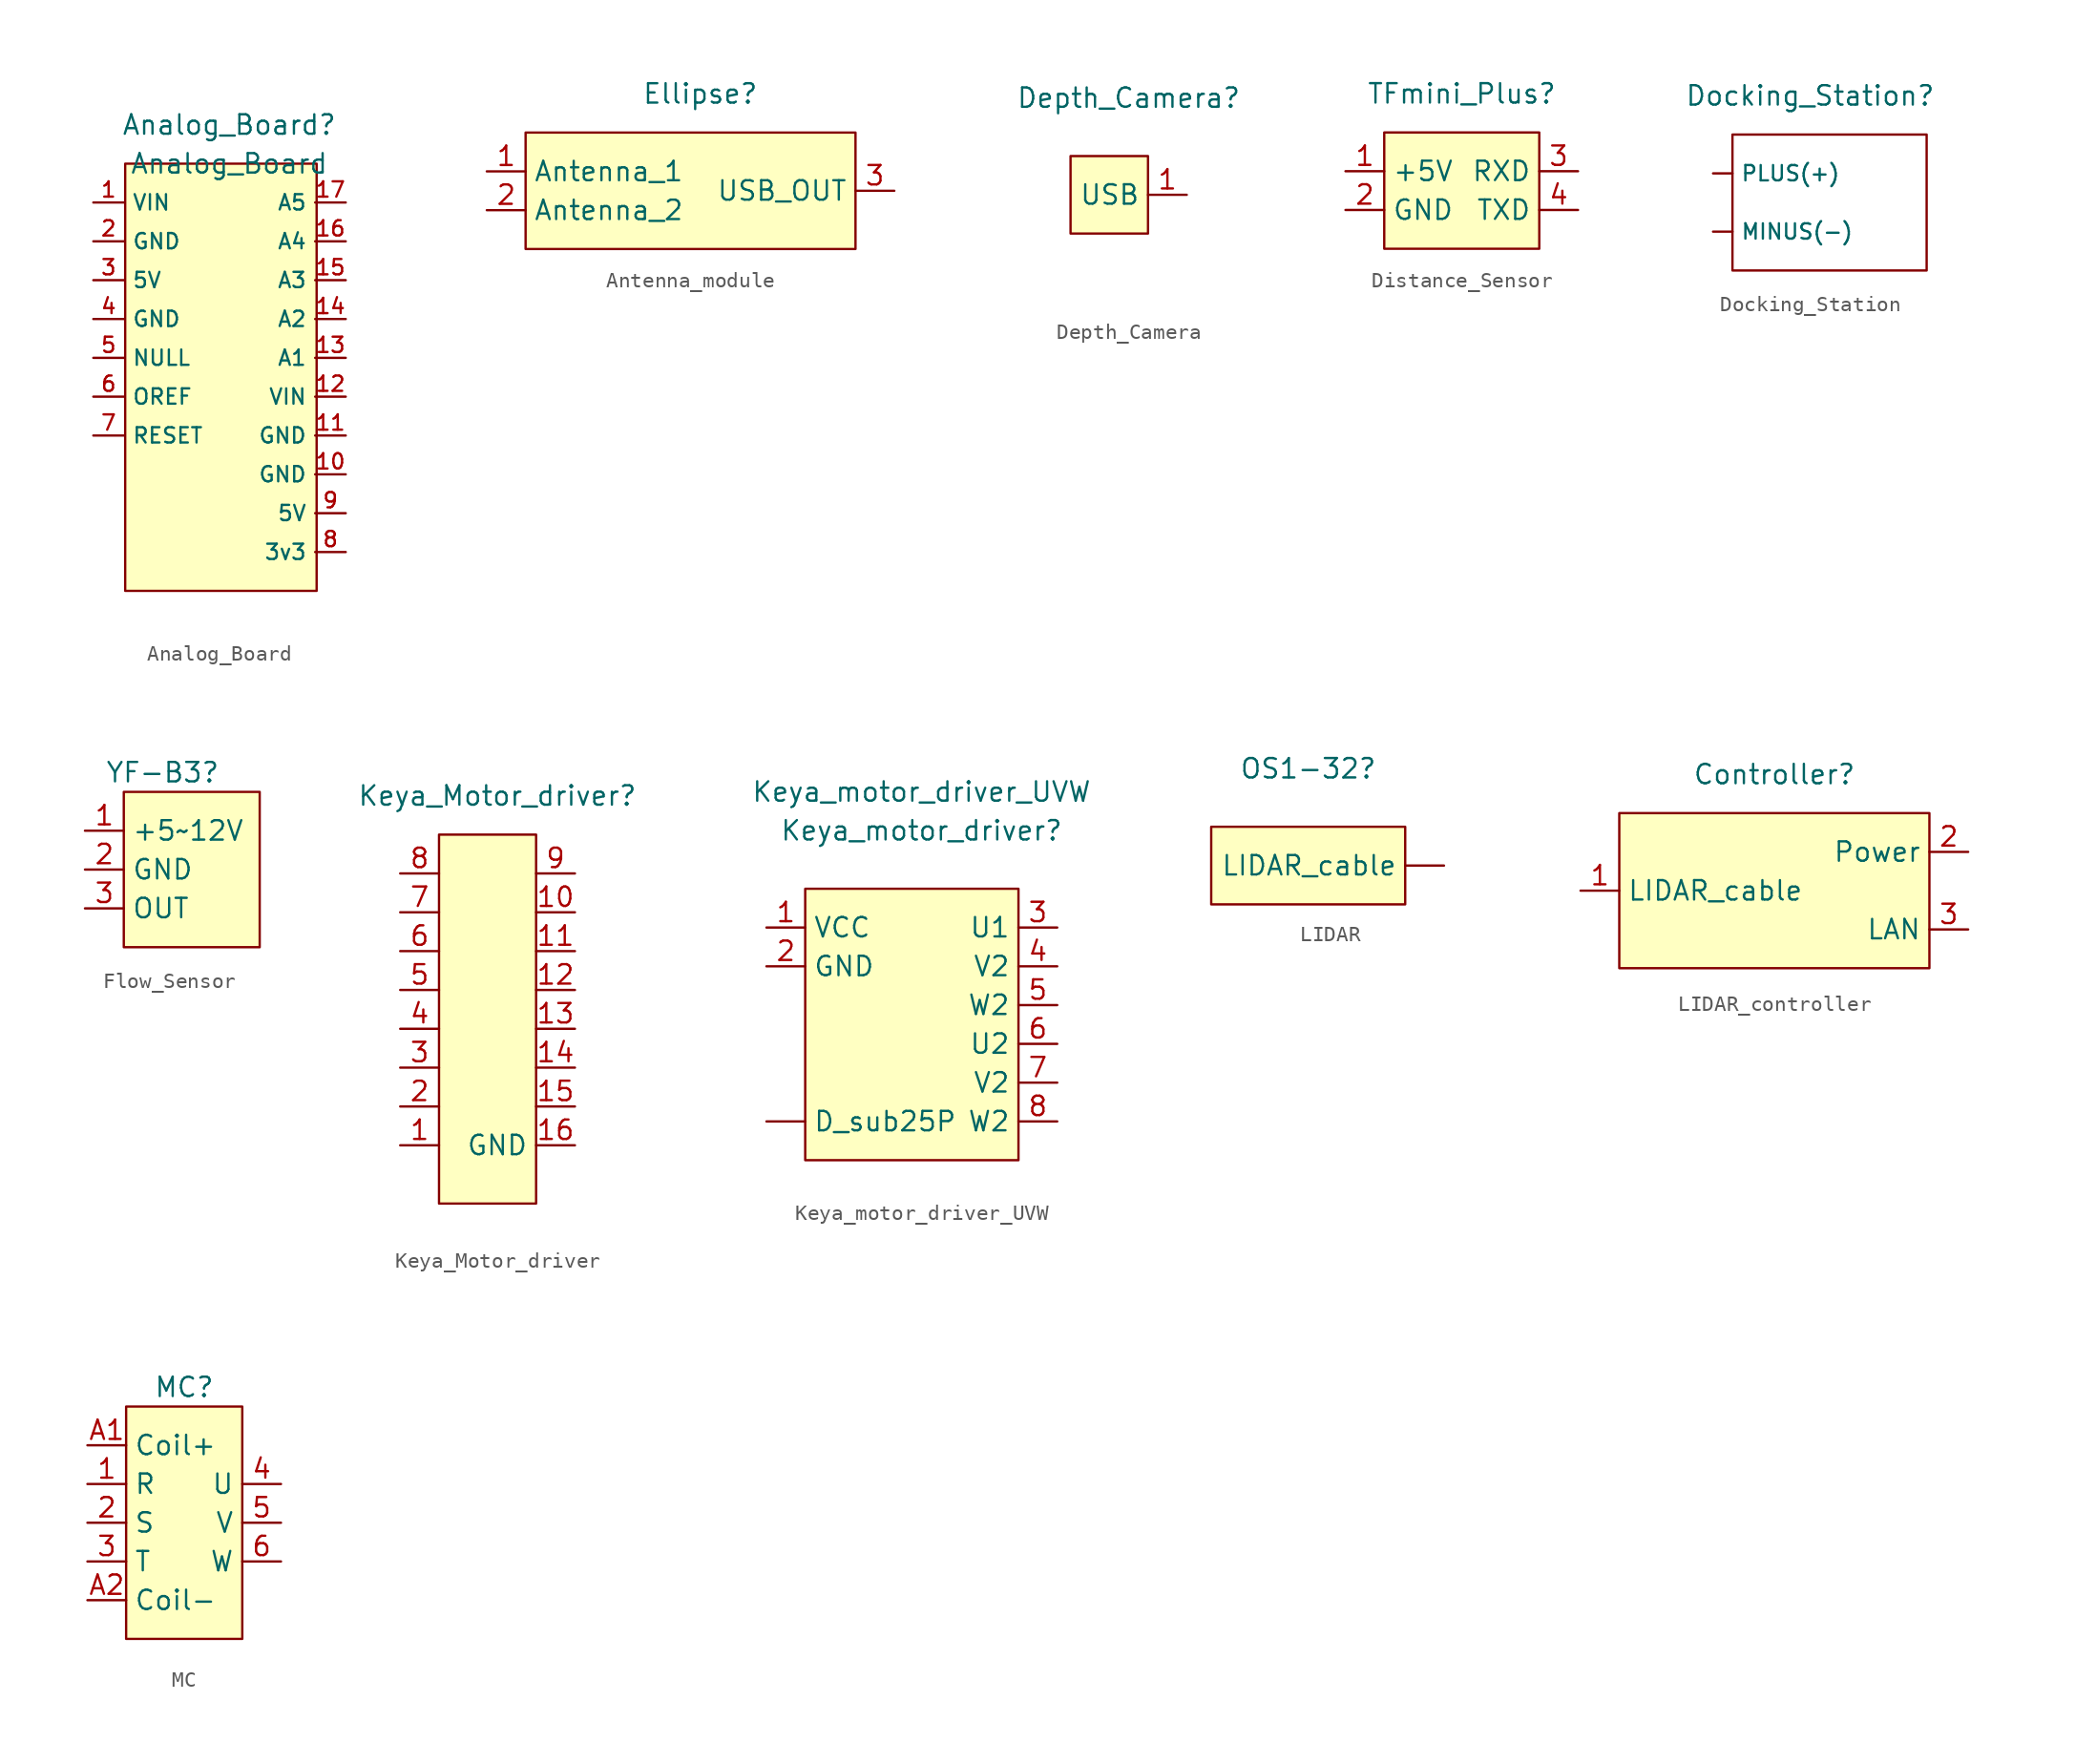
<source format=kicad_sym>
(kicad_symbol_lib
  (version 20220914)
  (generator kicad_symbol_editor)
  (symbol "Analog_Board"
    (property "Reference" "Analog_Board"
      (at 0 2.54 0)
      (effects (font (size 1.27 1.27))))
    (property "Value" "Analog_Board"
      (at 0 0 0)
      (effects (font (size 1.27 1.27))))
    (symbol "Analog_Board_1_1"
      (rectangle (start -6.805 0) (end 5.717 -27.94) (stroke (width 0) (type default)) (fill (type background)))
      (pin output line (at -8.89 -2.54 0) (length 2) (name "VIN" (effects (font (size 1 1)))) (number "1" (effects (font (size 1 1)))))
      (pin output line (at 7.62 -20.32 180) (length 2) (name "GND" (effects (font (size 1 1)))) (number "10" (effects (font (size 1 1)))))
      (pin output line (at 7.62 -17.78 180) (length 2) (name "GND" (effects (font (size 1 1)))) (number "11" (effects (font (size 1 1)))))
      (pin output line (at 7.62 -15.24 180) (length 2) (name "VIN" (effects (font (size 1 1)))) (number "12" (effects (font (size 1 1)))))
      (pin output line (at 7.62 -12.7 180) (length 2) (name "A1" (effects (font (size 1 1)))) (number "13" (effects (font (size 1 1)))))
      (pin output line (at 7.62 -10.16 180) (length 2) (name "A2" (effects (font (size 1 1)))) (number "14" (effects (font (size 1 1)))))
      (pin output line (at 7.62 -7.62 180) (length 2) (name "A3" (effects (font (size 1 1)))) (number "15" (effects (font (size 1 1)))))
      (pin output line (at 7.62 -5.08 180) (length 2) (name "A4" (effects (font (size 1 1)))) (number "16" (effects (font (size 1 1)))))
      (pin output line (at 7.62 -2.54 180) (length 2) (name "A5" (effects (font (size 1 1)))) (number "17" (effects (font (size 1 1)))))
      (pin output line (at -8.89 -5.08 0) (length 2) (name "GND" (effects (font (size 1 1)))) (number "2" (effects (font (size 1 1)))))
      (pin output line (at -8.89 -7.62 0) (length 2) (name "5V" (effects (font (size 1 1)))) (number "3" (effects (font (size 1 1)))))
      (pin output line (at -8.89 -10.16 0) (length 2) (name "GND" (effects (font (size 1 1)))) (number "4" (effects (font (size 1 1)))))
      (pin output line (at -8.89 -12.7 0) (length 2) (name "NULL" (effects (font (size 1 1)))) (number "5" (effects (font (size 1 1)))))
      (pin output line (at -8.89 -15.24 0) (length 2) (name "OREF" (effects (font (size 1 1)))) (number "6" (effects (font (size 1 1)))))
      (pin output line (at -8.89 -17.78 0) (length 2) (name "RESET" (effects (font (size 1 1)))) (number "7" (effects (font (size 1 1)))))
      (pin output line (at 7.62 -25.4 180) (length 2) (name "3v3" (effects (font (size 1 1)))) (number "8" (effects (font (size 1 1)))))
      (pin output line (at 7.62 -22.86 180) (length 2) (name "5V" (effects (font (size 1 1)))) (number "9" (effects (font (size 1 1)))))))
  (symbol "Antenna_module"
    (property "Reference" "Ellipse"
      (at 6.35 5.08 0)
      (effects (font (size 1.27 1.27))))
    (property "Value" ""
      (at 0 0 0)
      (effects (font (size 1.27 1.27))))
    (symbol "Antenna_module_1_1"
      (rectangle (start -5.08 2.54) (end 16.51 -5.08) (stroke (width 0) (type default)) (fill (type background)))
      (pin passive line (at -7.62 0 0) (length 2.54) (name "Antenna_1" (effects (font (size 1.27 1.27)))) (number "1" (effects (font (size 1.27 1.27)))))
      (pin passive line (at -7.62 -2.54 0) (length 2.54) (name "Antenna_2" (effects (font (size 1.27 1.27)))) (number "2" (effects (font (size 1.27 1.27)))))
      (pin passive line (at 19.05 -1.27 180) (length 2.54) (name "USB_OUT" (effects (font (size 1.27 1.27)))) (number "3" (effects (font (size 1.27 1.27)))))))
  (symbol "Depth_Camera"
    (property "Reference" "Depth_Camera"
      (at 0 12.7 0)
      (effects (font (size 1.27 1.27))))
    (property "Value" ""
      (at 0 0 0)
      (effects (font (size 1.27 1.27))))
    (symbol "Depth_Camera_1_1"
      (rectangle (start -3.81 8.89) (end 1.27 3.81) (stroke (width 0) (type default)) (fill (type background)))
      (pin passive line (at 3.81 6.35 180) (length 2.54) (name "USB" (effects (font (size 1.27 1.27)))) (number "1" (effects (font (size 1.27 1.27)))))))
  (symbol "Distance_Sensor"
    (property "Reference" "TFmini_Plus"
      (at 0 0 0)
      (effects (font (size 1.27 1.27))))
    (property "Value" ""
      (at 0 0 0)
      (effects (font (size 1.27 1.27))))
    (symbol "Distance_Sensor_1_1"
      (rectangle (start -5.08 -2.54) (end 5.08 -10.16) (stroke (width 0) (type default)) (fill (type background)))
      (pin input line (at -7.62 -5.08 0) (length 2.54) (name "+5V" (effects (font (size 1.27 1.27)))) (number "1" (effects (font (size 1.27 1.27)))))
      (pin input line (at -7.62 -7.62 0) (length 2.54) (name "GND" (effects (font (size 1.27 1.27)))) (number "2" (effects (font (size 1.27 1.27)))))
      (pin output line (at 7.62 -5.08 180) (length 2.54) (name "RXD" (effects (font (size 1.27 1.27)))) (number "3" (effects (font (size 1.27 1.27)))))
      (pin output line (at 7.62 -7.62 180) (length 2.54) (name "TXD" (effects (font (size 1.27 1.27)))) (number "4" (effects (font (size 1.27 1.27)))))))
  (symbol "Docking_Station"
    (property "Reference" "Docking_Station"
      (at 0 0 0)
      (effects (font (size 1.27 1.27))))
    (property "Value" ""
      (at 0 0 0)
      (effects (font (size 1.27 1.27))))
    (symbol "Docking_Station_0_1"
      (rectangle (start -5.08 -2.54) (end 7.62 -11.43) (stroke (width 0) (type default)) (fill (type none))))
    (symbol "Docking_Station_1_1"
      (pin input line (at -6.35 -8.89 0) (length 1.27) (name "MINUS(-)" (effects (font (size 1 1)))) (number "" (effects (font (size 1.27 1.27)))))
      (pin input line (at -6.35 -5.08 0) (length 1.27) (name "PLUS(+)" (effects (font (size 1 1)))) (number "" (effects (font (size 1.27 1.27)))))))
  (symbol "Flow_Sensor"
    (property "Reference" "YF-B3"
      (at 0 6.35 0)
      (effects (font (size 1.27 1.27))))
    (property "Value" ""
      (at 2.54 2.54 90)
      (effects (font (size 1.27 1.27))))
    (symbol "Flow_Sensor_1_1"
      (rectangle (start -2.54 5.08) (end 6.35 -5.08) (stroke (width 0) (type default)) (fill (type background)))
      (pin output line (at -5.08 2.54 0) (length 2.54) (name "+5~12V" (effects (font (size 1.27 1.27)))) (number "1" (effects (font (size 1.27 1.27)))))
      (pin output line (at -5.08 0 0) (length 2.54) (name "GND" (effects (font (size 1.27 1.27)))) (number "2" (effects (font (size 1.27 1.27)))))
      (pin output line (at -5.08 -2.54 0) (length 2.54) (name "OUT" (effects (font (size 1.27 1.27)))) (number "3" (effects (font (size 1.27 1.27)))))))
  (symbol "Keya_Motor_driver"
    (property "Reference" "Keya_Motor_driver"
      (at 0 0 0)
      (effects (font (size 1.27 1.27))))
    (property "Value" ""
      (at -6.35 -22.86 0)
      (effects (font (size 1.27 1.27))))
    (symbol "Keya_Motor_driver_0_0"
      (pin output line (at -6.35 -22.86 0) (length 2.54) (name "" (effects (font (size 1.27 1.27)))) (number "1" (effects (font (size 1.27 1.27)))))
      (pin output line (at 5.08 -7.62 180) (length 2.54) (name "" (effects (font (size 1.27 1.27)))) (number "10" (effects (font (size 1.27 1.27)))))
      (pin output line (at 5.08 -10.16 180) (length 2.54) (name "" (effects (font (size 1.27 1.27)))) (number "11" (effects (font (size 1.27 1.27)))))
      (pin output line (at 5.08 -12.7 180) (length 2.54) (name "" (effects (font (size 1.27 1.27)))) (number "12" (effects (font (size 1.27 1.27)))))
      (pin output line (at 5.08 -15.24 180) (length 2.54) (name "" (effects (font (size 1.27 1.27)))) (number "13" (effects (font (size 1.27 1.27)))))
      (pin output line (at 5.08 -17.78 180) (length 2.54) (name "" (effects (font (size 1.27 1.27)))) (number "14" (effects (font (size 1.27 1.27)))))
      (pin output line (at 5.08 -20.32 180) (length 2.54) (name "" (effects (font (size 1.27 1.27)))) (number "15" (effects (font (size 1.27 1.27)))))
      (pin output line (at -6.35 -20.32 0) (length 2.54) (name "" (effects (font (size 1.27 1.27)))) (number "2" (effects (font (size 1.27 1.27)))))
      (pin output line (at -6.35 -17.78 0) (length 2.54) (name "" (effects (font (size 1.27 1.27)))) (number "3" (effects (font (size 1.27 1.27)))))
      (pin output line (at -6.35 -15.24 0) (length 2.54) (name "" (effects (font (size 1.27 1.27)))) (number "4" (effects (font (size 1.27 1.27)))))
      (pin output line (at -6.35 -12.7 0) (length 2.54) (name "" (effects (font (size 1.27 1.27)))) (number "5" (effects (font (size 1.27 1.27)))))
      (pin output line (at -6.35 -10.16 0) (length 2.54) (name "" (effects (font (size 1.27 1.27)))) (number "6" (effects (font (size 1.27 1.27)))))
      (pin output line (at -6.35 -7.62 0) (length 2.54) (name "" (effects (font (size 1.27 1.27)))) (number "7" (effects (font (size 1.27 1.27)))))
      (pin output line (at -6.35 -5.08 0) (length 2.54) (name "" (effects (font (size 1.27 1.27)))) (number "8" (effects (font (size 1.27 1.27)))))
      (pin output line (at 5.08 -5.08 180) (length 2.54) (name "" (effects (font (size 1.27 1.27)))) (number "9" (effects (font (size 1.27 1.27))))))
    (symbol "Keya_Motor_driver_1_0"
      (pin output line (at 5.08 -22.86 180) (length 2.54) (name "GND" (effects (font (size 1.27 1.27)))) (number "16" (effects (font (size 1.27 1.27))))))
    (symbol "Keya_Motor_driver_1_1"
      (rectangle (start -3.81 -2.54) (end 2.54 -26.67) (stroke (width 0) (type default)) (fill (type background)))))
  (symbol "Keya_motor_driver_UVW"
    (property "Reference" "Keya_motor_driver"
      (at 0 15.24 0)
      (effects (font (size 1.27 1.27))))
    (property "Value" "Keya_motor_driver_UVW"
      (at 0 17.78 0)
      (effects (font (size 1.27 1.27))))
    (symbol "Keya_motor_driver_UVW_1_1"
      (rectangle (start -7.62 11.43) (end 6.35 -6.35) (stroke (width 0) (type default)) (fill (type background)))
      (pin passive line (at -10.16 -3.81 0) (length 2.54) (name "D_sub25P" (effects (font (size 1.27 1.27)))) (number "" (effects (font (size 1.27 1.27)))))
      (pin passive line (at -10.16 8.89 0) (length 2.54) (name "VCC" (effects (font (size 1.27 1.27)))) (number "1" (effects (font (size 1.27 1.27)))))
      (pin passive line (at -10.16 6.35 0) (length 2.54) (name "GND" (effects (font (size 1.27 1.27)))) (number "2" (effects (font (size 1.27 1.27)))))
      (pin passive line (at 8.89 8.89 180) (length 2.54) (name "U1" (effects (font (size 1.27 1.27)))) (number "3" (effects (font (size 1.27 1.27)))))
      (pin passive line (at 8.89 6.35 180) (length 2.54) (name "V2" (effects (font (size 1.27 1.27)))) (number "4" (effects (font (size 1.27 1.27)))))
      (pin passive line (at 8.89 3.81 180) (length 2.54) (name "W2" (effects (font (size 1.27 1.27)))) (number "5" (effects (font (size 1.27 1.27)))))
      (pin passive line (at 8.89 1.27 180) (length 2.54) (name "U2" (effects (font (size 1.27 1.27)))) (number "6" (effects (font (size 1.27 1.27)))))
      (pin passive line (at 8.89 -1.27 180) (length 2.54) (name "V2" (effects (font (size 1.27 1.27)))) (number "7" (effects (font (size 1.27 1.27)))))
      (pin passive line (at 8.89 -3.81 180) (length 2.54) (name "W2" (effects (font (size 1.27 1.27)))) (number "8" (effects (font (size 1.27 1.27)))))))
  (symbol "LIDAR"
    (property "Reference" "OS1-32"
      (at 0 10.16 0)
      (effects (font (size 1.27 1.27))))
    (property "Value" ""
      (at 0 10.16 0)
      (effects (font (size 1.27 1.27))))
    (symbol "LIDAR_1_1"
      (rectangle (start -6.35 6.35) (end 6.35 1.27) (stroke (width 0) (type default)) (fill (type background)))
      (pin passive line (at 8.89 3.81 180) (length 2.54) (name "LIDAR_cable" (effects (font (size 1.27 1.27)))) (number "" (effects (font (size 1.27 1.27)))))))
  (symbol "LIDAR_controller"
    (property "Reference" "Controller"
      (at -1.27 11.43 0)
      (effects (font (size 1.27 1.27))))
    (property "Value" ""
      (at 0 0 0)
      (effects (font (size 1.27 1.27))))
    (symbol "LIDAR_controller_1_1"
      (rectangle (start -11.43 8.89) (end 8.89 -1.27) (stroke (width 0) (type default)) (fill (type background)))
      (pin passive line (at -13.97 3.81 0) (length 2.54) (name "LIDAR_cable" (effects (font (size 1.27 1.27)))) (number "1" (effects (font (size 1.27 1.27)))))
      (pin passive line (at 11.43 6.35 180) (length 2.54) (name "Power" (effects (font (size 1.27 1.27)))) (number "2" (effects (font (size 1.27 1.27)))))
      (pin passive line (at 11.43 1.27 180) (length 2.54) (name "LAN" (effects (font (size 1.27 1.27)))) (number "3" (effects (font (size 1.27 1.27)))))))
  (symbol "MC"
    (property "Reference" "MC"
      (at 0 10.16 0)
      (effects (font (size 1.27 1.27))))
    (property "Value" ""
      (at 0 0 0)
      (effects (font (size 1.27 1.27))))
    (symbol "MC_1_1"
      (rectangle (start -3.81 8.89) (end 3.81 -6.35) (stroke (width 0) (type default)) (fill (type background)))
      (pin passive line (at -6.35 3.81 0) (length 2.54) (name "R" (effects (font (size 1.27 1.27)))) (number "1" (effects (font (size 1.27 1.27)))))
      (pin passive line (at -6.35 1.27 0) (length 2.54) (name "S" (effects (font (size 1.27 1.27)))) (number "2" (effects (font (size 1.27 1.27)))))
      (pin passive line (at -6.35 -1.27 0) (length 2.54) (name "T" (effects (font (size 1.27 1.27)))) (number "3" (effects (font (size 1.27 1.27)))))
      (pin passive line (at 6.35 3.81 180) (length 2.54) (name "U" (effects (font (size 1.27 1.27)))) (number "4" (effects (font (size 1.27 1.27)))))
      (pin passive line (at 6.35 1.27 180) (length 2.54) (name "V" (effects (font (size 1.27 1.27)))) (number "5" (effects (font (size 1.27 1.27)))))
      (pin passive line (at 6.35 -1.27 180) (length 2.54) (name "W" (effects (font (size 1.27 1.27)))) (number "6" (effects (font (size 1.27 1.27)))))
      (pin passive line (at -6.35 6.35 0) (length 2.54) (name "Coil+" (effects (font (size 1.27 1.27)))) (number "A1" (effects (font (size 1.27 1.27)))))
      (pin passive line (at -6.35 -3.81 0) (length 2.54) (name "Coil-" (effects (font (size 1.27 1.27)))) (number "A2" (effects (font (size 1.27 1.27))))))))
</source>
